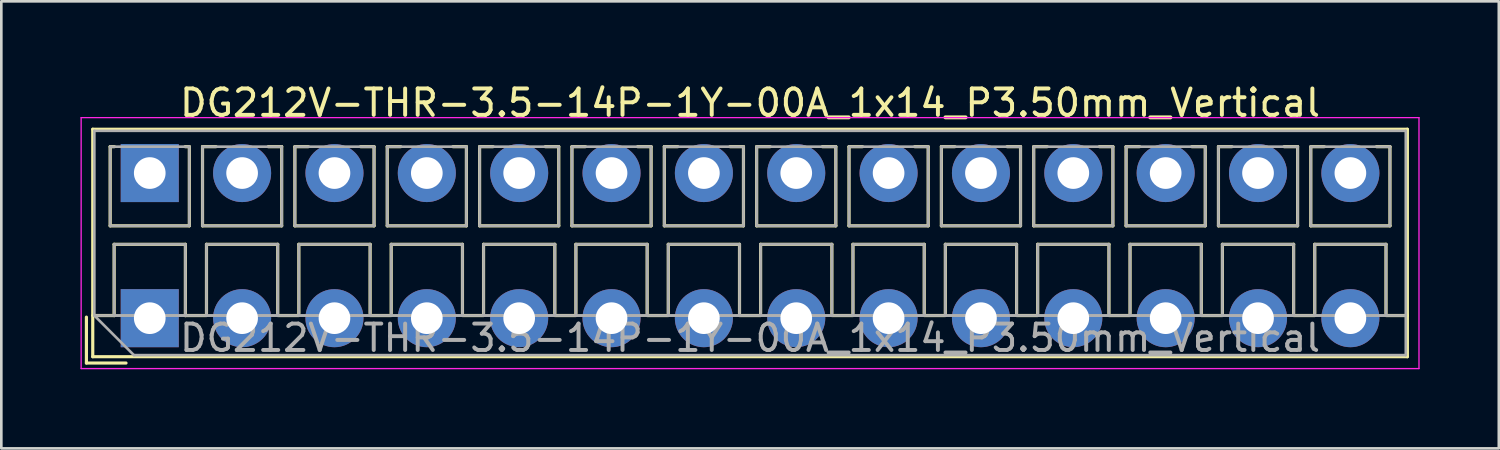
<source format=kicad_pcb>
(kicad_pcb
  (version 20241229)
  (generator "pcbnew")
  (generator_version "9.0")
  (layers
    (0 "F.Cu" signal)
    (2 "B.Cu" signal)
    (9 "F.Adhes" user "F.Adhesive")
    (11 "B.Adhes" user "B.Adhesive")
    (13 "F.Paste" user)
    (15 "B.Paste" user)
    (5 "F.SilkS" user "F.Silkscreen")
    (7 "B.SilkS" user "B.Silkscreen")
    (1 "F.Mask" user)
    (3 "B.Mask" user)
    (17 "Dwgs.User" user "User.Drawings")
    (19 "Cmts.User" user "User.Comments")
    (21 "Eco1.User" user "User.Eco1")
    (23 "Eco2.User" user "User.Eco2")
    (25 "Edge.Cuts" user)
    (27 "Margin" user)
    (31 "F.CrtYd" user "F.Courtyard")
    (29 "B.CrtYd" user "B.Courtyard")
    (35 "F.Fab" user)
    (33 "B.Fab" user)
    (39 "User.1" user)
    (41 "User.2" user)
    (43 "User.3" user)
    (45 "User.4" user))
  (footprint "DG212V-THR-3.5-14P-1Y-00A_1x14_P3.50mm_Vertical"
    (layer "F.Cu")
    (at 2.625 9.008)
    (property "Reference" "DG212V-THR-3.5-14P-1Y-00A_1x14_P3.50mm_Vertical" (at 22.75 -8.16 0) (layer "F.SilkS") (effects (font (size 1 1) (thickness 0.15))))
    (attr through_hole)
    (fp_line (start -2.4 -0.04) (end -2.4 1.7) (stroke (width 0.12) (type solid)) (layer "F.SilkS"))
    (fp_line (start -2.4 1.7) (end -0.9 1.7) (stroke (width 0.12) (type solid)) (layer "F.SilkS"))
    (fp_line (start -2.16 -7.16) (end -2.16 1.46) (stroke (width 0.12) (type solid)) (layer "F.SilkS"))
    (fp_line (start -2.16 -7.16) (end 47.66 -7.16) (stroke (width 0.12) (type solid)) (layer "F.SilkS"))
    (fp_line (start -2.16 -0.1) (end -1.34 -0.1) (stroke (width 0.12) (type solid)) (layer "F.SilkS"))
    (fp_line (start -2.16 1.46) (end 47.66 1.46) (stroke (width 0.12) (type solid)) (layer "F.SilkS"))
    (fp_line (start -1.5 -6.5) (end -1.5 -3.5) (stroke (width 0.12) (type solid)) (layer "F.SilkS"))
    (fp_line (start -1.5 -6.5) (end -1.34 -6.5) (stroke (width 0.12) (type solid)) (layer "F.SilkS"))
    (fp_line (start -1.5 -3.5) (end 1.5 -3.5) (stroke (width 0.12) (type solid)) (layer "F.SilkS"))
    (fp_line (start -1.35 -2.8) (end -1.35 -0.1) (stroke (width 0.12) (type solid)) (layer "F.SilkS"))
    (fp_line (start -1.35 -2.8) (end 1.35 -2.8) (stroke (width 0.12) (type solid)) (layer "F.SilkS"))
    (fp_line (start -1.35 -0.1) (end -1.34 -0.1) (stroke (width 0.12) (type solid)) (layer "F.SilkS"))
    (fp_line (start 1.34 -6.5) (end 1.5 -6.5) (stroke (width 0.12) (type solid)) (layer "F.SilkS"))
    (fp_line (start 1.34 -0.1) (end 1.35 -0.1) (stroke (width 0.12) (type solid)) (layer "F.SilkS"))
    (fp_line (start 1.34 -0.1) (end 2.148 -0.1) (stroke (width 0.12) (type solid)) (layer "F.SilkS"))
    (fp_line (start 1.35 -2.8) (end 1.35 -0.1) (stroke (width 0.12) (type solid)) (layer "F.SilkS"))
    (fp_line (start 1.5 -6.5) (end 1.5 -3.5) (stroke (width 0.12) (type solid)) (layer "F.SilkS"))
    (fp_line (start 2 -6.5) (end 2 -3.5) (stroke (width 0.12) (type solid)) (layer "F.SilkS"))
    (fp_line (start 2 -6.5) (end 2.512 -6.5) (stroke (width 0.12) (type solid)) (layer "F.SilkS"))
    (fp_line (start 2 -3.5) (end 5 -3.5) (stroke (width 0.12) (type solid)) (layer "F.SilkS"))
    (fp_line (start 2.15 -2.8) (end 2.15 -0.183) (stroke (width 0.12) (type solid)) (layer "F.SilkS"))
    (fp_line (start 2.15 -2.8) (end 4.85 -2.8) (stroke (width 0.12) (type solid)) (layer "F.SilkS"))
    (fp_line (start 4.489 -6.5) (end 5 -6.5) (stroke (width 0.12) (type solid)) (layer "F.SilkS"))
    (fp_line (start 4.85 -2.8) (end 4.85 -0.183) (stroke (width 0.12) (type solid)) (layer "F.SilkS"))
    (fp_line (start 4.853 -0.1) (end 5.648 -0.1) (stroke (width 0.12) (type solid)) (layer "F.SilkS"))
    (fp_line (start 5 -6.5) (end 5 -3.5) (stroke (width 0.12) (type solid)) (layer "F.SilkS"))
    (fp_line (start 5.5 -6.5) (end 5.5 -3.5) (stroke (width 0.12) (type solid)) (layer "F.SilkS"))
    (fp_line (start 5.5 -6.5) (end 6.012 -6.5) (stroke (width 0.12) (type solid)) (layer "F.SilkS"))
    (fp_line (start 5.5 -3.5) (end 8.5 -3.5) (stroke (width 0.12) (type solid)) (layer "F.SilkS"))
    (fp_line (start 5.65 -2.8) (end 5.65 -0.183) (stroke (width 0.12) (type solid)) (layer "F.SilkS"))
    (fp_line (start 5.65 -2.8) (end 8.351 -2.8) (stroke (width 0.12) (type solid)) (layer "F.SilkS"))
    (fp_line (start 7.989 -6.5) (end 8.5 -6.5) (stroke (width 0.12) (type solid)) (layer "F.SilkS"))
    (fp_line (start 8.351 -2.8) (end 8.351 -0.183) (stroke (width 0.12) (type solid)) (layer "F.SilkS"))
    (fp_line (start 8.353 -0.1) (end 9.148 -0.1) (stroke (width 0.12) (type solid)) (layer "F.SilkS"))
    (fp_line (start 8.5 -6.5) (end 8.5 -3.5) (stroke (width 0.12) (type solid)) (layer "F.SilkS"))
    (fp_line (start 9 -6.5) (end 9 -3.5) (stroke (width 0.12) (type solid)) (layer "F.SilkS"))
    (fp_line (start 9 -6.5) (end 9.512 -6.5) (stroke (width 0.12) (type solid)) (layer "F.SilkS"))
    (fp_line (start 9 -3.5) (end 12 -3.5) (stroke (width 0.12) (type solid)) (layer "F.SilkS"))
    (fp_line (start 9.15 -2.8) (end 9.15 -0.183) (stroke (width 0.12) (type solid)) (layer "F.SilkS"))
    (fp_line (start 9.15 -2.8) (end 11.851 -2.8) (stroke (width 0.12) (type solid)) (layer "F.SilkS"))
    (fp_line (start 11.489 -6.5) (end 12 -6.5) (stroke (width 0.12) (type solid)) (layer "F.SilkS"))
    (fp_line (start 11.851 -2.8) (end 11.851 -0.183) (stroke (width 0.12) (type solid)) (layer "F.SilkS"))
    (fp_line (start 11.853 -0.1) (end 12.648 -0.1) (stroke (width 0.12) (type solid)) (layer "F.SilkS"))
    (fp_line (start 12 -6.5) (end 12 -3.5) (stroke (width 0.12) (type solid)) (layer "F.SilkS"))
    (fp_line (start 12.5 -6.5) (end 12.5 -3.5) (stroke (width 0.12) (type solid)) (layer "F.SilkS"))
    (fp_line (start 12.5 -6.5) (end 13.012 -6.5) (stroke (width 0.12) (type solid)) (layer "F.SilkS"))
    (fp_line (start 12.5 -3.5) (end 15.5 -3.5) (stroke (width 0.12) (type solid)) (layer "F.SilkS"))
    (fp_line (start 12.65 -2.8) (end 12.65 -0.183) (stroke (width 0.12) (type solid)) (layer "F.SilkS"))
    (fp_line (start 12.65 -2.8) (end 15.351 -2.8) (stroke (width 0.12) (type solid)) (layer "F.SilkS"))
    (fp_line (start 14.989 -6.5) (end 15.5 -6.5) (stroke (width 0.12) (type solid)) (layer "F.SilkS"))
    (fp_line (start 15.351 -2.8) (end 15.351 -0.183) (stroke (width 0.12) (type solid)) (layer "F.SilkS"))
    (fp_line (start 15.353 -0.1) (end 16.148 -0.1) (stroke (width 0.12) (type solid)) (layer "F.SilkS"))
    (fp_line (start 15.5 -6.5) (end 15.5 -3.5) (stroke (width 0.12) (type solid)) (layer "F.SilkS"))
    (fp_line (start 16 -6.5) (end 16 -3.5) (stroke (width 0.12) (type solid)) (layer "F.SilkS"))
    (fp_line (start 16 -6.5) (end 16.512 -6.5) (stroke (width 0.12) (type solid)) (layer "F.SilkS"))
    (fp_line (start 16 -3.5) (end 19 -3.5) (stroke (width 0.12) (type solid)) (layer "F.SilkS"))
    (fp_line (start 16.15 -2.8) (end 16.15 -0.183) (stroke (width 0.12) (type solid)) (layer "F.SilkS"))
    (fp_line (start 16.15 -2.8) (end 18.85 -2.8) (stroke (width 0.12) (type solid)) (layer "F.SilkS"))
    (fp_line (start 18.489 -6.5) (end 19 -6.5) (stroke (width 0.12) (type solid)) (layer "F.SilkS"))
    (fp_line (start 18.85 -2.8) (end 18.85 -0.183) (stroke (width 0.12) (type solid)) (layer "F.SilkS"))
    (fp_line (start 18.853 -0.1) (end 19.648 -0.1) (stroke (width 0.12) (type solid)) (layer "F.SilkS"))
    (fp_line (start 19 -6.5) (end 19 -3.5) (stroke (width 0.12) (type solid)) (layer "F.SilkS"))
    (fp_line (start 19.5 -6.5) (end 19.5 -3.5) (stroke (width 0.12) (type solid)) (layer "F.SilkS"))
    (fp_line (start 19.5 -6.5) (end 20.012 -6.5) (stroke (width 0.12) (type solid)) (layer "F.SilkS"))
    (fp_line (start 19.5 -3.5) (end 22.5 -3.5) (stroke (width 0.12) (type solid)) (layer "F.SilkS"))
    (fp_line (start 19.65 -2.8) (end 19.65 -0.183) (stroke (width 0.12) (type solid)) (layer "F.SilkS"))
    (fp_line (start 19.65 -2.8) (end 22.35 -2.8) (stroke (width 0.12) (type solid)) (layer "F.SilkS"))
    (fp_line (start 21.989 -6.5) (end 22.5 -6.5) (stroke (width 0.12) (type solid)) (layer "F.SilkS"))
    (fp_line (start 22.35 -2.8) (end 22.35 -0.183) (stroke (width 0.12) (type solid)) (layer "F.SilkS"))
    (fp_line (start 22.353 -0.1) (end 23.148 -0.1) (stroke (width 0.12) (type solid)) (layer "F.SilkS"))
    (fp_line (start 22.5 -6.5) (end 22.5 -3.5) (stroke (width 0.12) (type solid)) (layer "F.SilkS"))
    (fp_line (start 23 -6.5) (end 23 -3.5) (stroke (width 0.12) (type solid)) (layer "F.SilkS"))
    (fp_line (start 23 -6.5) (end 23.512 -6.5) (stroke (width 0.12) (type solid)) (layer "F.SilkS"))
    (fp_line (start 23 -3.5) (end 26 -3.5) (stroke (width 0.12) (type solid)) (layer "F.SilkS"))
    (fp_line (start 23.15 -2.8) (end 23.15 -0.183) (stroke (width 0.12) (type solid)) (layer "F.SilkS"))
    (fp_line (start 23.15 -2.8) (end 25.85 -2.8) (stroke (width 0.12) (type solid)) (layer "F.SilkS"))
    (fp_line (start 25.489 -6.5) (end 26 -6.5) (stroke (width 0.12) (type solid)) (layer "F.SilkS"))
    (fp_line (start 25.85 -2.8) (end 25.85 -0.183) (stroke (width 0.12) (type solid)) (layer "F.SilkS"))
    (fp_line (start 25.853 -0.1) (end 26.648 -0.1) (stroke (width 0.12) (type solid)) (layer "F.SilkS"))
    (fp_line (start 26 -6.5) (end 26 -3.5) (stroke (width 0.12) (type solid)) (layer "F.SilkS"))
    (fp_line (start 26.5 -6.5) (end 26.5 -3.5) (stroke (width 0.12) (type solid)) (layer "F.SilkS"))
    (fp_line (start 26.5 -6.5) (end 27.012 -6.5) (stroke (width 0.12) (type solid)) (layer "F.SilkS"))
    (fp_line (start 26.5 -3.5) (end 29.5 -3.5) (stroke (width 0.12) (type solid)) (layer "F.SilkS"))
    (fp_line (start 26.65 -2.8) (end 26.65 -0.183) (stroke (width 0.12) (type solid)) (layer "F.SilkS"))
    (fp_line (start 26.65 -2.8) (end 29.35 -2.8) (stroke (width 0.12) (type solid)) (layer "F.SilkS"))
    (fp_line (start 28.989 -6.5) (end 29.5 -6.5) (stroke (width 0.12) (type solid)) (layer "F.SilkS"))
    (fp_line (start 29.35 -2.8) (end 29.35 -0.183) (stroke (width 0.12) (type solid)) (layer "F.SilkS"))
    (fp_line (start 29.353 -0.1) (end 30.148 -0.1) (stroke (width 0.12) (type solid)) (layer "F.SilkS"))
    (fp_line (start 29.5 -6.5) (end 29.5 -3.5) (stroke (width 0.12) (type solid)) (layer "F.SilkS"))
    (fp_line (start 30 -6.5) (end 30 -3.5) (stroke (width 0.12) (type solid)) (layer "F.SilkS"))
    (fp_line (start 30 -6.5) (end 30.512 -6.5) (stroke (width 0.12) (type solid)) (layer "F.SilkS"))
    (fp_line (start 30 -3.5) (end 33 -3.5) (stroke (width 0.12) (type solid)) (layer "F.SilkS"))
    (fp_line (start 30.15 -2.8) (end 30.15 -0.183) (stroke (width 0.12) (type solid)) (layer "F.SilkS"))
    (fp_line (start 30.15 -2.8) (end 32.85 -2.8) (stroke (width 0.12) (type solid)) (layer "F.SilkS"))
    (fp_line (start 32.489 -6.5) (end 33 -6.5) (stroke (width 0.12) (type solid)) (layer "F.SilkS"))
    (fp_line (start 32.85 -2.8) (end 32.85 -0.183) (stroke (width 0.12) (type solid)) (layer "F.SilkS"))
    (fp_line (start 32.853 -0.1) (end 33.648 -0.1) (stroke (width 0.12) (type solid)) (layer "F.SilkS"))
    (fp_line (start 33 -6.5) (end 33 -3.5) (stroke (width 0.12) (type solid)) (layer "F.SilkS"))
    (fp_line (start 33.5 -6.5) (end 33.5 -3.5) (stroke (width 0.12) (type solid)) (layer "F.SilkS"))
    (fp_line (start 33.5 -6.5) (end 34.012 -6.5) (stroke (width 0.12) (type solid)) (layer "F.SilkS"))
    (fp_line (start 33.5 -3.5) (end 36.5 -3.5) (stroke (width 0.12) (type solid)) (layer "F.SilkS"))
    (fp_line (start 33.65 -2.8) (end 33.65 -0.183) (stroke (width 0.12) (type solid)) (layer "F.SilkS"))
    (fp_line (start 33.65 -2.8) (end 36.35 -2.8) (stroke (width 0.12) (type solid)) (layer "F.SilkS"))
    (fp_line (start 35.989 -6.5) (end 36.5 -6.5) (stroke (width 0.12) (type solid)) (layer "F.SilkS"))
    (fp_line (start 36.35 -2.8) (end 36.35 -0.183) (stroke (width 0.12) (type solid)) (layer "F.SilkS"))
    (fp_line (start 36.353 -0.1) (end 37.148 -0.1) (stroke (width 0.12) (type solid)) (layer "F.SilkS"))
    (fp_line (start 36.5 -6.5) (end 36.5 -3.5) (stroke (width 0.12) (type solid)) (layer "F.SilkS"))
    (fp_line (start 37 -6.5) (end 37 -3.5) (stroke (width 0.12) (type solid)) (layer "F.SilkS"))
    (fp_line (start 37 -6.5) (end 37.512 -6.5) (stroke (width 0.12) (type solid)) (layer "F.SilkS"))
    (fp_line (start 37 -3.5) (end 40 -3.5) (stroke (width 0.12) (type solid)) (layer "F.SilkS"))
    (fp_line (start 37.15 -2.8) (end 37.15 -0.183) (stroke (width 0.12) (type solid)) (layer "F.SilkS"))
    (fp_line (start 37.15 -2.8) (end 39.85 -2.8) (stroke (width 0.12) (type solid)) (layer "F.SilkS"))
    (fp_line (start 39.489 -6.5) (end 40 -6.5) (stroke (width 0.12) (type solid)) (layer "F.SilkS"))
    (fp_line (start 39.85 -2.8) (end 39.85 -0.183) (stroke (width 0.12) (type solid)) (layer "F.SilkS"))
    (fp_line (start 39.853 -0.1) (end 40.648 -0.1) (stroke (width 0.12) (type solid)) (layer "F.SilkS"))
    (fp_line (start 40 -6.5) (end 40 -3.5) (stroke (width 0.12) (type solid)) (layer "F.SilkS"))
    (fp_line (start 40.5 -6.5) (end 40.5 -3.5) (stroke (width 0.12) (type solid)) (layer "F.SilkS"))
    (fp_line (start 40.5 -6.5) (end 41.012 -6.5) (stroke (width 0.12) (type solid)) (layer "F.SilkS"))
    (fp_line (start 40.5 -3.5) (end 43.5 -3.5) (stroke (width 0.12) (type solid)) (layer "F.SilkS"))
    (fp_line (start 40.65 -2.8) (end 40.65 -0.183) (stroke (width 0.12) (type solid)) (layer "F.SilkS"))
    (fp_line (start 40.65 -2.8) (end 43.35 -2.8) (stroke (width 0.12) (type solid)) (layer "F.SilkS"))
    (fp_line (start 42.989 -6.5) (end 43.5 -6.5) (stroke (width 0.12) (type solid)) (layer "F.SilkS"))
    (fp_line (start 43.35 -2.8) (end 43.35 -0.183) (stroke (width 0.12) (type solid)) (layer "F.SilkS"))
    (fp_line (start 43.353 -0.1) (end 44.148 -0.1) (stroke (width 0.12) (type solid)) (layer "F.SilkS"))
    (fp_line (start 43.5 -6.5) (end 43.5 -3.5) (stroke (width 0.12) (type solid)) (layer "F.SilkS"))
    (fp_line (start 44 -6.5) (end 44 -3.5) (stroke (width 0.12) (type solid)) (layer "F.SilkS"))
    (fp_line (start 44 -6.5) (end 44.512 -6.5) (stroke (width 0.12) (type solid)) (layer "F.SilkS"))
    (fp_line (start 44 -3.5) (end 47 -3.5) (stroke (width 0.12) (type solid)) (layer "F.SilkS"))
    (fp_line (start 44.15 -2.8) (end 44.15 -0.183) (stroke (width 0.12) (type solid)) (layer "F.SilkS"))
    (fp_line (start 44.15 -2.8) (end 46.85 -2.8) (stroke (width 0.12) (type solid)) (layer "F.SilkS"))
    (fp_line (start 46.489 -6.5) (end 47 -6.5) (stroke (width 0.12) (type solid)) (layer "F.SilkS"))
    (fp_line (start 46.85 -2.8) (end 46.85 -0.183) (stroke (width 0.12) (type solid)) (layer "F.SilkS"))
    (fp_line (start 46.853 -0.1) (end 47.66 -0.1) (stroke (width 0.12) (type solid)) (layer "F.SilkS"))
    (fp_line (start 47 -6.5) (end 47 -3.5) (stroke (width 0.12) (type solid)) (layer "F.SilkS"))
    (fp_line (start 47.66 -7.16) (end 47.66 1.46) (stroke (width 0.12) (type solid)) (layer "F.SilkS"))
    (fp_line (start -2.6 -7.6) (end -2.6 1.91) (stroke (width 0.05) (type solid)) (layer "F.CrtYd"))
    (fp_line (start -2.6 1.91) (end 48.1 1.91) (stroke (width 0.05) (type solid)) (layer "F.CrtYd"))
    (fp_line (start 48.1 -7.6) (end -2.6 -7.6) (stroke (width 0.05) (type solid)) (layer "F.CrtYd"))
    (fp_line (start 48.1 1.91) (end 48.1 -7.6) (stroke (width 0.05) (type solid)) (layer "F.CrtYd"))
    (fp_line (start -2.1 -7.1) (end 47.6 -7.1) (stroke (width 0.1) (type solid)) (layer "F.Fab"))
    (fp_line (start -2.1 -0.1) (end -2.1 -7.1) (stroke (width 0.1) (type solid)) (layer "F.Fab"))
    (fp_line (start -2.1 -0.1) (end 47.6 -0.1) (stroke (width 0.1) (type solid)) (layer "F.Fab"))
    (fp_line (start -1.5 -6.5) (end -1.5 -3.5) (stroke (width 0.1) (type solid)) (layer "F.Fab"))
    (fp_line (start -1.5 -3.5) (end 1.5 -3.5) (stroke (width 0.1) (type solid)) (layer "F.Fab"))
    (fp_line (start -1.35 -2.8) (end -1.35 -0.1) (stroke (width 0.1) (type solid)) (layer "F.Fab"))
    (fp_line (start -1.35 -0.1) (end 1.35 -0.1) (stroke (width 0.1) (type solid)) (layer "F.Fab"))
    (fp_line (start -0.6 1.4) (end -2.1 -0.1) (stroke (width 0.1) (type solid)) (layer "F.Fab"))
    (fp_line (start 1.35 -2.8) (end -1.35 -2.8) (stroke (width 0.1) (type solid)) (layer "F.Fab"))
    (fp_line (start 1.35 -0.1) (end 1.35 -2.8) (stroke (width 0.1) (type solid)) (layer "F.Fab"))
    (fp_line (start 1.5 -6.5) (end -1.5 -6.5) (stroke (width 0.1) (type solid)) (layer "F.Fab"))
    (fp_line (start 1.5 -3.5) (end 1.5 -6.5) (stroke (width 0.1) (type solid)) (layer "F.Fab"))
    (fp_line (start 2 -6.5) (end 2 -3.5) (stroke (width 0.1) (type solid)) (layer "F.Fab"))
    (fp_line (start 2 -3.5) (end 5 -3.5) (stroke (width 0.1) (type solid)) (layer "F.Fab"))
    (fp_line (start 2.15 -2.8) (end 2.15 -0.1) (stroke (width 0.1) (type solid)) (layer "F.Fab"))
    (fp_line (start 2.15 -0.1) (end 4.85 -0.1) (stroke (width 0.1) (type solid)) (layer "F.Fab"))
    (fp_line (start 4.85 -2.8) (end 2.15 -2.8) (stroke (width 0.1) (type solid)) (layer "F.Fab"))
    (fp_line (start 4.85 -0.1) (end 4.85 -2.8) (stroke (width 0.1) (type solid)) (layer "F.Fab"))
    (fp_line (start 5 -6.5) (end 2 -6.5) (stroke (width 0.1) (type solid)) (layer "F.Fab"))
    (fp_line (start 5 -3.5) (end 5 -6.5) (stroke (width 0.1) (type solid)) (layer "F.Fab"))
    (fp_line (start 5.5 -6.5) (end 5.5 -3.5) (stroke (width 0.1) (type solid)) (layer "F.Fab"))
    (fp_line (start 5.5 -3.5) (end 8.5 -3.5) (stroke (width 0.1) (type solid)) (layer "F.Fab"))
    (fp_line (start 5.65 -2.8) (end 5.65 -0.1) (stroke (width 0.1) (type solid)) (layer "F.Fab"))
    (fp_line (start 5.65 -0.1) (end 8.351 -0.1) (stroke (width 0.1) (type solid)) (layer "F.Fab"))
    (fp_line (start 8.351 -2.8) (end 5.65 -2.8) (stroke (width 0.1) (type solid)) (layer "F.Fab"))
    (fp_line (start 8.351 -0.1) (end 8.351 -2.8) (stroke (width 0.1) (type solid)) (layer "F.Fab"))
    (fp_line (start 8.5 -6.5) (end 5.5 -6.5) (stroke (width 0.1) (type solid)) (layer "F.Fab"))
    (fp_line (start 8.5 -3.5) (end 8.5 -6.5) (stroke (width 0.1) (type solid)) (layer "F.Fab"))
    (fp_line (start 9 -6.5) (end 9 -3.5) (stroke (width 0.1) (type solid)) (layer "F.Fab"))
    (fp_line (start 9 -3.5) (end 12 -3.5) (stroke (width 0.1) (type solid)) (layer "F.Fab"))
    (fp_line (start 9.15 -2.8) (end 9.15 -0.1) (stroke (width 0.1) (type solid)) (layer "F.Fab"))
    (fp_line (start 9.15 -0.1) (end 11.851 -0.1) (stroke (width 0.1) (type solid)) (layer "F.Fab"))
    (fp_line (start 11.851 -2.8) (end 9.15 -2.8) (stroke (width 0.1) (type solid)) (layer "F.Fab"))
    (fp_line (start 11.851 -0.1) (end 11.851 -2.8) (stroke (width 0.1) (type solid)) (layer "F.Fab"))
    (fp_line (start 12 -6.5) (end 9 -6.5) (stroke (width 0.1) (type solid)) (layer "F.Fab"))
    (fp_line (start 12 -3.5) (end 12 -6.5) (stroke (width 0.1) (type solid)) (layer "F.Fab"))
    (fp_line (start 12.5 -6.5) (end 12.5 -3.5) (stroke (width 0.1) (type solid)) (layer "F.Fab"))
    (fp_line (start 12.5 -3.5) (end 15.5 -3.5) (stroke (width 0.1) (type solid)) (layer "F.Fab"))
    (fp_line (start 12.65 -2.8) (end 12.65 -0.1) (stroke (width 0.1) (type solid)) (layer "F.Fab"))
    (fp_line (start 12.65 -0.1) (end 15.351 -0.1) (stroke (width 0.1) (type solid)) (layer "F.Fab"))
    (fp_line (start 15.351 -2.8) (end 12.65 -2.8) (stroke (width 0.1) (type solid)) (layer "F.Fab"))
    (fp_line (start 15.351 -0.1) (end 15.351 -2.8) (stroke (width 0.1) (type solid)) (layer "F.Fab"))
    (fp_line (start 15.5 -6.5) (end 12.5 -6.5) (stroke (width 0.1) (type solid)) (layer "F.Fab"))
    (fp_line (start 15.5 -3.5) (end 15.5 -6.5) (stroke (width 0.1) (type solid)) (layer "F.Fab"))
    (fp_line (start 16 -6.5) (end 16 -3.5) (stroke (width 0.1) (type solid)) (layer "F.Fab"))
    (fp_line (start 16 -3.5) (end 19 -3.5) (stroke (width 0.1) (type solid)) (layer "F.Fab"))
    (fp_line (start 16.15 -2.8) (end 16.15 -0.1) (stroke (width 0.1) (type solid)) (layer "F.Fab"))
    (fp_line (start 16.15 -0.1) (end 18.85 -0.1) (stroke (width 0.1) (type solid)) (layer "F.Fab"))
    (fp_line (start 18.85 -2.8) (end 16.15 -2.8) (stroke (width 0.1) (type solid)) (layer "F.Fab"))
    (fp_line (start 18.85 -0.1) (end 18.85 -2.8) (stroke (width 0.1) (type solid)) (layer "F.Fab"))
    (fp_line (start 19 -6.5) (end 16 -6.5) (stroke (width 0.1) (type solid)) (layer "F.Fab"))
    (fp_line (start 19 -3.5) (end 19 -6.5) (stroke (width 0.1) (type solid)) (layer "F.Fab"))
    (fp_line (start 19.5 -6.5) (end 19.5 -3.5) (stroke (width 0.1) (type solid)) (layer "F.Fab"))
    (fp_line (start 19.5 -3.5) (end 22.5 -3.5) (stroke (width 0.1) (type solid)) (layer "F.Fab"))
    (fp_line (start 19.65 -2.8) (end 19.65 -0.1) (stroke (width 0.1) (type solid)) (layer "F.Fab"))
    (fp_line (start 19.65 -0.1) (end 22.35 -0.1) (stroke (width 0.1) (type solid)) (layer "F.Fab"))
    (fp_line (start 22.35 -2.8) (end 19.65 -2.8) (stroke (width 0.1) (type solid)) (layer "F.Fab"))
    (fp_line (start 22.35 -0.1) (end 22.35 -2.8) (stroke (width 0.1) (type solid)) (layer "F.Fab"))
    (fp_line (start 22.5 -6.5) (end 19.5 -6.5) (stroke (width 0.1) (type solid)) (layer "F.Fab"))
    (fp_line (start 22.5 -3.5) (end 22.5 -6.5) (stroke (width 0.1) (type solid)) (layer "F.Fab"))
    (fp_line (start 23 -6.5) (end 23 -3.5) (stroke (width 0.1) (type solid)) (layer "F.Fab"))
    (fp_line (start 23 -3.5) (end 26 -3.5) (stroke (width 0.1) (type solid)) (layer "F.Fab"))
    (fp_line (start 23.15 -2.8) (end 23.15 -0.1) (stroke (width 0.1) (type solid)) (layer "F.Fab"))
    (fp_line (start 23.15 -0.1) (end 25.85 -0.1) (stroke (width 0.1) (type solid)) (layer "F.Fab"))
    (fp_line (start 25.85 -2.8) (end 23.15 -2.8) (stroke (width 0.1) (type solid)) (layer "F.Fab"))
    (fp_line (start 25.85 -0.1) (end 25.85 -2.8) (stroke (width 0.1) (type solid)) (layer "F.Fab"))
    (fp_line (start 26 -6.5) (end 23 -6.5) (stroke (width 0.1) (type solid)) (layer "F.Fab"))
    (fp_line (start 26 -3.5) (end 26 -6.5) (stroke (width 0.1) (type solid)) (layer "F.Fab"))
    (fp_line (start 26.5 -6.5) (end 26.5 -3.5) (stroke (width 0.1) (type solid)) (layer "F.Fab"))
    (fp_line (start 26.5 -3.5) (end 29.5 -3.5) (stroke (width 0.1) (type solid)) (layer "F.Fab"))
    (fp_line (start 26.65 -2.8) (end 26.65 -0.1) (stroke (width 0.1) (type solid)) (layer "F.Fab"))
    (fp_line (start 26.65 -0.1) (end 29.35 -0.1) (stroke (width 0.1) (type solid)) (layer "F.Fab"))
    (fp_line (start 29.35 -2.8) (end 26.65 -2.8) (stroke (width 0.1) (type solid)) (layer "F.Fab"))
    (fp_line (start 29.35 -0.1) (end 29.35 -2.8) (stroke (width 0.1) (type solid)) (layer "F.Fab"))
    (fp_line (start 29.5 -6.5) (end 26.5 -6.5) (stroke (width 0.1) (type solid)) (layer "F.Fab"))
    (fp_line (start 29.5 -3.5) (end 29.5 -6.5) (stroke (width 0.1) (type solid)) (layer "F.Fab"))
    (fp_line (start 30 -6.5) (end 30 -3.5) (stroke (width 0.1) (type solid)) (layer "F.Fab"))
    (fp_line (start 30 -3.5) (end 33 -3.5) (stroke (width 0.1) (type solid)) (layer "F.Fab"))
    (fp_line (start 30.15 -2.8) (end 30.15 -0.1) (stroke (width 0.1) (type solid)) (layer "F.Fab"))
    (fp_line (start 30.15 -0.1) (end 32.85 -0.1) (stroke (width 0.1) (type solid)) (layer "F.Fab"))
    (fp_line (start 32.85 -2.8) (end 30.15 -2.8) (stroke (width 0.1) (type solid)) (layer "F.Fab"))
    (fp_line (start 32.85 -0.1) (end 32.85 -2.8) (stroke (width 0.1) (type solid)) (layer "F.Fab"))
    (fp_line (start 33 -6.5) (end 30 -6.5) (stroke (width 0.1) (type solid)) (layer "F.Fab"))
    (fp_line (start 33 -3.5) (end 33 -6.5) (stroke (width 0.1) (type solid)) (layer "F.Fab"))
    (fp_line (start 33.5 -6.5) (end 33.5 -3.5) (stroke (width 0.1) (type solid)) (layer "F.Fab"))
    (fp_line (start 33.5 -3.5) (end 36.5 -3.5) (stroke (width 0.1) (type solid)) (layer "F.Fab"))
    (fp_line (start 33.65 -2.8) (end 33.65 -0.1) (stroke (width 0.1) (type solid)) (layer "F.Fab"))
    (fp_line (start 33.65 -0.1) (end 36.35 -0.1) (stroke (width 0.1) (type solid)) (layer "F.Fab"))
    (fp_line (start 36.35 -2.8) (end 33.65 -2.8) (stroke (width 0.1) (type solid)) (layer "F.Fab"))
    (fp_line (start 36.35 -0.1) (end 36.35 -2.8) (stroke (width 0.1) (type solid)) (layer "F.Fab"))
    (fp_line (start 36.5 -6.5) (end 33.5 -6.5) (stroke (width 0.1) (type solid)) (layer "F.Fab"))
    (fp_line (start 36.5 -3.5) (end 36.5 -6.5) (stroke (width 0.1) (type solid)) (layer "F.Fab"))
    (fp_line (start 37 -6.5) (end 37 -3.5) (stroke (width 0.1) (type solid)) (layer "F.Fab"))
    (fp_line (start 37 -3.5) (end 40 -3.5) (stroke (width 0.1) (type solid)) (layer "F.Fab"))
    (fp_line (start 37.15 -2.8) (end 37.15 -0.1) (stroke (width 0.1) (type solid)) (layer "F.Fab"))
    (fp_line (start 37.15 -0.1) (end 39.85 -0.1) (stroke (width 0.1) (type solid)) (layer "F.Fab"))
    (fp_line (start 39.85 -2.8) (end 37.15 -2.8) (stroke (width 0.1) (type solid)) (layer "F.Fab"))
    (fp_line (start 39.85 -0.1) (end 39.85 -2.8) (stroke (width 0.1) (type solid)) (layer "F.Fab"))
    (fp_line (start 40 -6.5) (end 37 -6.5) (stroke (width 0.1) (type solid)) (layer "F.Fab"))
    (fp_line (start 40 -3.5) (end 40 -6.5) (stroke (width 0.1) (type solid)) (layer "F.Fab"))
    (fp_line (start 40.5 -6.5) (end 40.5 -3.5) (stroke (width 0.1) (type solid)) (layer "F.Fab"))
    (fp_line (start 40.5 -3.5) (end 43.5 -3.5) (stroke (width 0.1) (type solid)) (layer "F.Fab"))
    (fp_line (start 40.65 -2.8) (end 40.65 -0.1) (stroke (width 0.1) (type solid)) (layer "F.Fab"))
    (fp_line (start 40.65 -0.1) (end 43.35 -0.1) (stroke (width 0.1) (type solid)) (layer "F.Fab"))
    (fp_line (start 43.35 -2.8) (end 40.65 -2.8) (stroke (width 0.1) (type solid)) (layer "F.Fab"))
    (fp_line (start 43.35 -0.1) (end 43.35 -2.8) (stroke (width 0.1) (type solid)) (layer "F.Fab"))
    (fp_line (start 43.5 -6.5) (end 40.5 -6.5) (stroke (width 0.1) (type solid)) (layer "F.Fab"))
    (fp_line (start 43.5 -3.5) (end 43.5 -6.5) (stroke (width 0.1) (type solid)) (layer "F.Fab"))
    (fp_line (start 44 -6.5) (end 44 -3.5) (stroke (width 0.1) (type solid)) (layer "F.Fab"))
    (fp_line (start 44 -3.5) (end 47 -3.5) (stroke (width 0.1) (type solid)) (layer "F.Fab"))
    (fp_line (start 44.15 -2.8) (end 44.15 -0.1) (stroke (width 0.1) (type solid)) (layer "F.Fab"))
    (fp_line (start 44.15 -0.1) (end 46.85 -0.1) (stroke (width 0.1) (type solid)) (layer "F.Fab"))
    (fp_line (start 46.85 -2.8) (end 44.15 -2.8) (stroke (width 0.1) (type solid)) (layer "F.Fab"))
    (fp_line (start 46.85 -0.1) (end 46.85 -2.8) (stroke (width 0.1) (type solid)) (layer "F.Fab"))
    (fp_line (start 47 -6.5) (end 44 -6.5) (stroke (width 0.1) (type solid)) (layer "F.Fab"))
    (fp_line (start 47 -3.5) (end 47 -6.5) (stroke (width 0.1) (type solid)) (layer "F.Fab"))
    (fp_line (start 47.6 -7.1) (end 47.6 1.4) (stroke (width 0.1) (type solid)) (layer "F.Fab"))
    (fp_line (start 47.6 1.4) (end -0.6 1.4) (stroke (width 0.1) (type solid)) (layer "F.Fab"))
    (fp_text user "${REFERENCE}" (at 22.75 0.75 0) (layer "F.Fab") (effects (font (size 1 1) (thickness 0.15))))
    (pad "1" thru_hole rect (at 0 -5.5) (size 2.2 2.2) (drill 1.2) (layers "*.Cu" "*.Mask"))
    (pad "1" thru_hole rect (at 0 0) (size 2.2 2.2) (drill 1.2) (layers "*.Cu" "*.Mask"))
    (pad "2" thru_hole circle (at 3.5 -5.5) (size 2.2 2.2) (drill 1.2) (layers "*.Cu" "*.Mask"))
    (pad "2" thru_hole circle (at 3.5 0) (size 2.2 2.2) (drill 1.2) (layers "*.Cu" "*.Mask"))
    (pad "3" thru_hole circle (at 7 -5.5) (size 2.2 2.2) (drill 1.2) (layers "*.Cu" "*.Mask"))
    (pad "3" thru_hole circle (at 7 0) (size 2.2 2.2) (drill 1.2) (layers "*.Cu" "*.Mask"))
    (pad "4" thru_hole circle (at 10.5 -5.5) (size 2.2 2.2) (drill 1.2) (layers "*.Cu" "*.Mask"))
    (pad "4" thru_hole circle (at 10.5 0) (size 2.2 2.2) (drill 1.2) (layers "*.Cu" "*.Mask"))
    (pad "5" thru_hole circle (at 14 -5.5) (size 2.2 2.2) (drill 1.2) (layers "*.Cu" "*.Mask"))
    (pad "5" thru_hole circle (at 14 0) (size 2.2 2.2) (drill 1.2) (layers "*.Cu" "*.Mask"))
    (pad "6" thru_hole circle (at 17.5 -5.5) (size 2.2 2.2) (drill 1.2) (layers "*.Cu" "*.Mask"))
    (pad "6" thru_hole circle (at 17.5 0) (size 2.2 2.2) (drill 1.2) (layers "*.Cu" "*.Mask"))
    (pad "7" thru_hole circle (at 21 -5.5) (size 2.2 2.2) (drill 1.2) (layers "*.Cu" "*.Mask"))
    (pad "7" thru_hole circle (at 21 0) (size 2.2 2.2) (drill 1.2) (layers "*.Cu" "*.Mask"))
    (pad "8" thru_hole circle (at 24.5 -5.5) (size 2.2 2.2) (drill 1.2) (layers "*.Cu" "*.Mask"))
    (pad "8" thru_hole circle (at 24.5 0) (size 2.2 2.2) (drill 1.2) (layers "*.Cu" "*.Mask"))
    (pad "9" thru_hole circle (at 28 -5.5) (size 2.2 2.2) (drill 1.2) (layers "*.Cu" "*.Mask"))
    (pad "9" thru_hole circle (at 28 0) (size 2.2 2.2) (drill 1.2) (layers "*.Cu" "*.Mask"))
    (pad "10" thru_hole circle (at 31.5 -5.5) (size 2.2 2.2) (drill 1.2) (layers "*.Cu" "*.Mask"))
    (pad "10" thru_hole circle (at 31.5 0) (size 2.2 2.2) (drill 1.2) (layers "*.Cu" "*.Mask"))
    (pad "11" thru_hole circle (at 35 -5.5) (size 2.2 2.2) (drill 1.2) (layers "*.Cu" "*.Mask"))
    (pad "11" thru_hole circle (at 35 0) (size 2.2 2.2) (drill 1.2) (layers "*.Cu" "*.Mask"))
    (pad "12" thru_hole circle (at 38.5 -5.5) (size 2.2 2.2) (drill 1.2) (layers "*.Cu" "*.Mask"))
    (pad "12" thru_hole circle (at 38.5 0) (size 2.2 2.2) (drill 1.2) (layers "*.Cu" "*.Mask"))
    (pad "13" thru_hole circle (at 42 -5.5) (size 2.2 2.2) (drill 1.2) (layers "*.Cu" "*.Mask"))
    (pad "13" thru_hole circle (at 42 0) (size 2.2 2.2) (drill 1.2) (layers "*.Cu" "*.Mask"))
    (pad "14" thru_hole circle (at 45.5 -5.5) (size 2.2 2.2) (drill 1.2) (layers "*.Cu" "*.Mask"))
    (pad "14" thru_hole circle (at 45.5 0) (size 2.2 2.2) (drill 1.2) (layers "*.Cu" "*.Mask")))
  (gr_rect
    (start -3 -3)
    (end 53.75 13.943)
    (stroke (width 0.1) (type default))
    (fill no)
    (layer "Edge.Cuts")))
</source>
